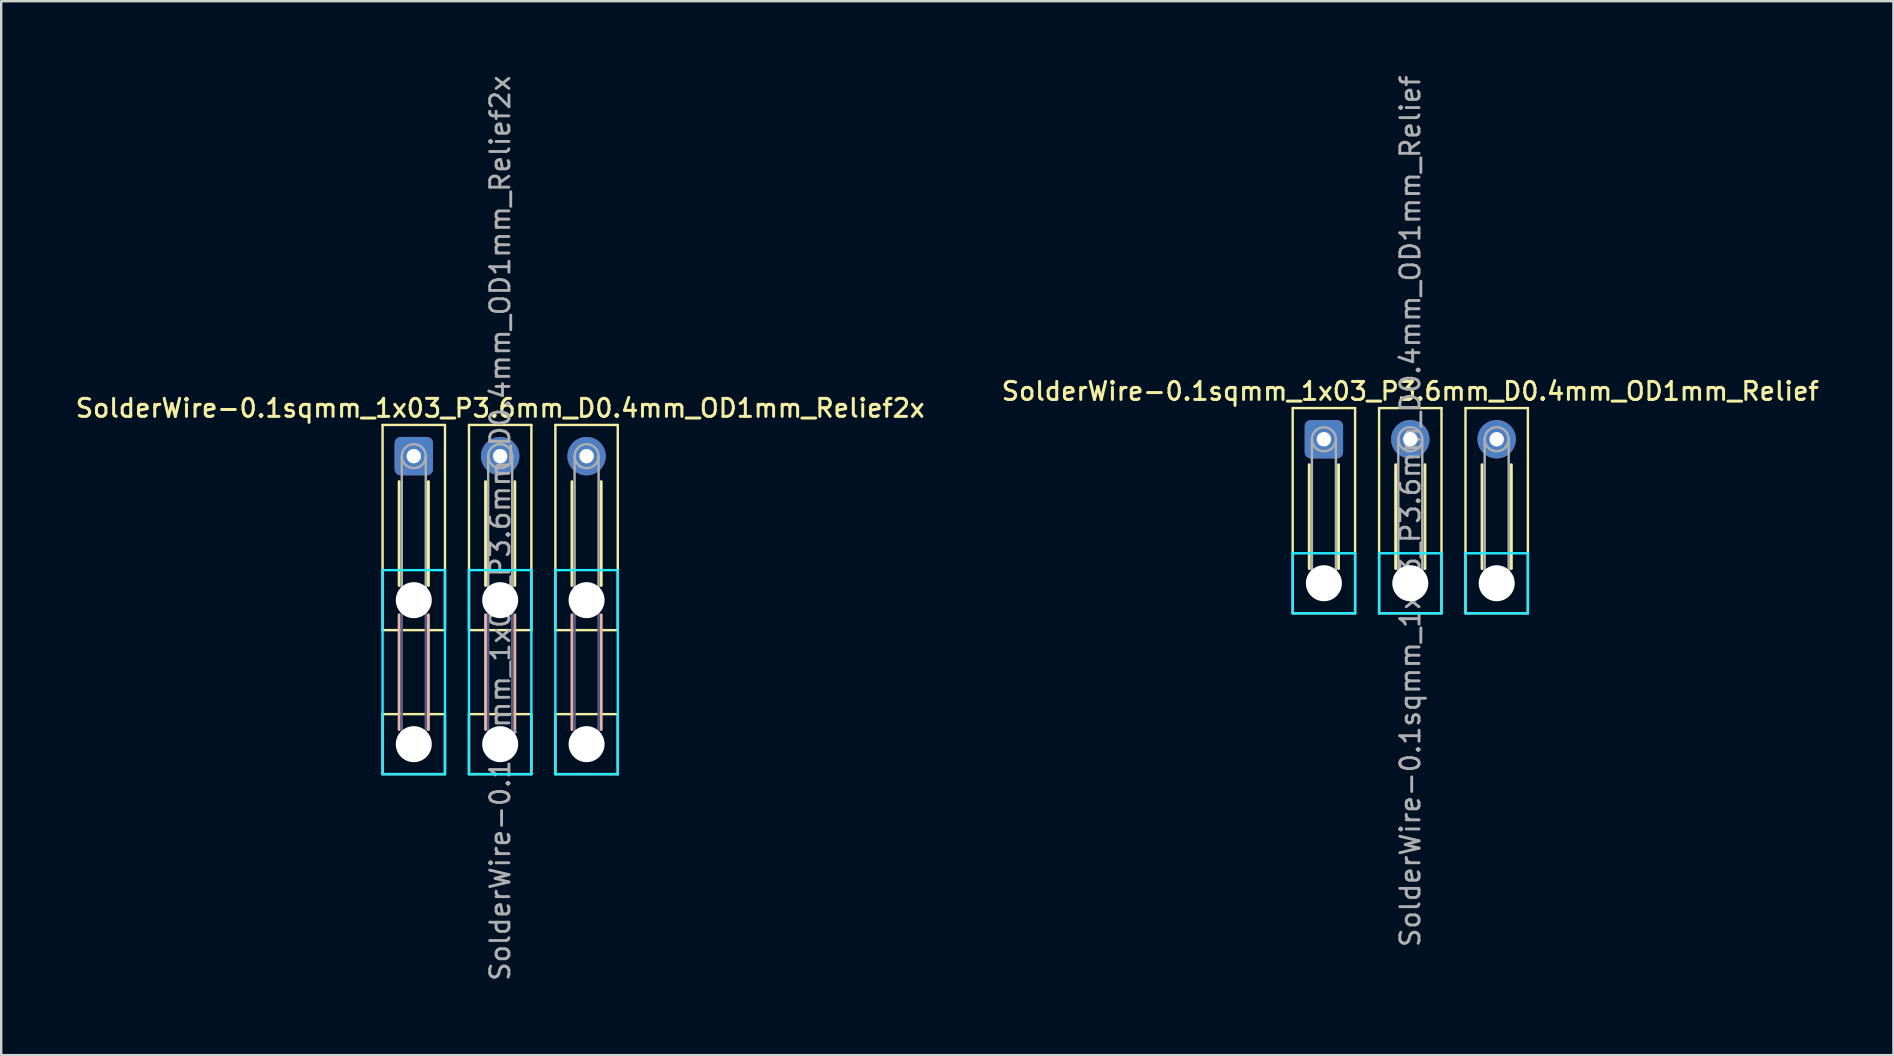
<source format=kicad_pcb>
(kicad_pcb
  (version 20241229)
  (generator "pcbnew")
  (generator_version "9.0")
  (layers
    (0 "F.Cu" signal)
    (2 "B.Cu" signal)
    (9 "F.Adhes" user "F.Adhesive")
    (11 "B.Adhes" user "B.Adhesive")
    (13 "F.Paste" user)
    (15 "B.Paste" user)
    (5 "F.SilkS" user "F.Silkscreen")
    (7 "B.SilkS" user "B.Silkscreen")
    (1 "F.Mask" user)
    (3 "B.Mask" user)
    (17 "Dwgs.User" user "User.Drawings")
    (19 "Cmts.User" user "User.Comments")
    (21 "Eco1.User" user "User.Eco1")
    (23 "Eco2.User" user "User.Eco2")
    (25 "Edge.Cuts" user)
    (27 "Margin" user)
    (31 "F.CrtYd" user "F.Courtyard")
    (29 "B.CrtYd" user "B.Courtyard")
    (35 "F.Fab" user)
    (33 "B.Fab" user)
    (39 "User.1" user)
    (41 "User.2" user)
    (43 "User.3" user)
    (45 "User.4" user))
  (footprint "SolderWire-0.1sqmm_1x03_P3.6mm_D0.4mm_OD1mm_Relief"
    (layer "F.Cu")
    (at 52.113 15.252)
    (property "Reference" "SolderWire-0.1sqmm_1x03_P3.6mm_D0.4mm_OD1mm_Relief" (at 3.6 -2 0) (layer "F.SilkS") (effects (font (size 0.75 0.75) (thickness 0.125))))
    (attr exclude_from_pos_files exclude_from_bom)
    (fp_line (start -1.3 -1.3) (end -1.3 7.25) (stroke (width 0.1) (type solid)) (layer "F.SilkS"))
    (fp_line (start -1.3 7.25) (end 1.3 7.25) (stroke (width 0.1) (type solid)) (layer "F.SilkS"))
    (fp_line (start -0.61 1.06) (end -0.61 5.39) (stroke (width 0.12) (type solid)) (layer "F.SilkS"))
    (fp_line (start 0.61 1.06) (end 0.61 5.39) (stroke (width 0.12) (type solid)) (layer "F.SilkS"))
    (fp_line (start 1.3 -1.3) (end -1.3 -1.3) (stroke (width 0.1) (type solid)) (layer "F.SilkS"))
    (fp_line (start 1.3 7.25) (end 1.3 -1.3) (stroke (width 0.1) (type solid)) (layer "F.SilkS"))
    (fp_line (start 2.3 -1.3) (end 2.3 7.25) (stroke (width 0.1) (type solid)) (layer "F.SilkS"))
    (fp_line (start 2.3 7.25) (end 4.9 7.25) (stroke (width 0.1) (type solid)) (layer "F.SilkS"))
    (fp_line (start 2.99 1.06) (end 2.99 5.39) (stroke (width 0.12) (type solid)) (layer "F.SilkS"))
    (fp_line (start 4.21 1.06) (end 4.21 5.39) (stroke (width 0.12) (type solid)) (layer "F.SilkS"))
    (fp_line (start 4.9 -1.3) (end 2.3 -1.3) (stroke (width 0.1) (type solid)) (layer "F.SilkS"))
    (fp_line (start 4.9 7.25) (end 4.9 -1.3) (stroke (width 0.1) (type solid)) (layer "F.SilkS"))
    (fp_line (start 5.9 -1.3) (end 5.9 7.25) (stroke (width 0.1) (type solid)) (layer "F.SilkS"))
    (fp_line (start 5.9 7.25) (end 8.5 7.25) (stroke (width 0.1) (type solid)) (layer "F.SilkS"))
    (fp_line (start 6.59 1.06) (end 6.59 5.39) (stroke (width 0.12) (type solid)) (layer "F.SilkS"))
    (fp_line (start 7.81 1.06) (end 7.81 5.39) (stroke (width 0.12) (type solid)) (layer "F.SilkS"))
    (fp_line (start 8.5 -1.3) (end 5.9 -1.3) (stroke (width 0.1) (type solid)) (layer "F.SilkS"))
    (fp_line (start 8.5 7.25) (end 8.5 -1.3) (stroke (width 0.1) (type solid)) (layer "F.SilkS"))
    (fp_line (start -1.3 4.75) (end -1.3 7.25) (stroke (width 0.1) (type solid)) (layer "B.CrtYd"))
    (fp_line (start -1.3 7.25) (end 1.3 7.25) (stroke (width 0.1) (type solid)) (layer "B.CrtYd"))
    (fp_line (start 1.3 4.75) (end -1.3 4.75) (stroke (width 0.1) (type solid)) (layer "B.CrtYd"))
    (fp_line (start 1.3 7.25) (end 1.3 4.75) (stroke (width 0.1) (type solid)) (layer "B.CrtYd"))
    (fp_line (start 2.3 4.75) (end 2.3 7.25) (stroke (width 0.1) (type solid)) (layer "B.CrtYd"))
    (fp_line (start 2.3 7.25) (end 4.9 7.25) (stroke (width 0.1) (type solid)) (layer "B.CrtYd"))
    (fp_line (start 4.9 4.75) (end 2.3 4.75) (stroke (width 0.1) (type solid)) (layer "B.CrtYd"))
    (fp_line (start 4.9 7.25) (end 4.9 4.75) (stroke (width 0.1) (type solid)) (layer "B.CrtYd"))
    (fp_line (start 5.9 4.75) (end 5.9 7.25) (stroke (width 0.1) (type solid)) (layer "B.CrtYd"))
    (fp_line (start 5.9 7.25) (end 8.5 7.25) (stroke (width 0.1) (type solid)) (layer "B.CrtYd"))
    (fp_line (start 8.5 4.75) (end 5.9 4.75) (stroke (width 0.1) (type solid)) (layer "B.CrtYd"))
    (fp_line (start 8.5 7.25) (end 8.5 4.75) (stroke (width 0.1) (type solid)) (layer "B.CrtYd"))
    (fp_line (start -0.5 0) (end -0.5 6) (stroke (width 0.1) (type solid)) (layer "F.Fab"))
    (fp_line (start 0.5 0) (end 0.5 6) (stroke (width 0.1) (type solid)) (layer "F.Fab"))
    (fp_line (start 3.1 0) (end 3.1 6) (stroke (width 0.1) (type solid)) (layer "F.Fab"))
    (fp_line (start 4.1 0) (end 4.1 6) (stroke (width 0.1) (type solid)) (layer "F.Fab"))
    (fp_line (start 6.7 0) (end 6.7 6) (stroke (width 0.1) (type solid)) (layer "F.Fab"))
    (fp_line (start 7.7 0) (end 7.7 6) (stroke (width 0.1) (type solid)) (layer "F.Fab"))
    (fp_circle (center 0 0) (end 0.5 0) (stroke (width 0.1) (type solid)) (fill no) (layer "F.Fab"))
    (fp_circle (center 0 6) (end 0.5 6) (stroke (width 0.1) (type solid)) (fill no) (layer "F.Fab"))
    (fp_circle (center 3.6 0) (end 4.1 0) (stroke (width 0.1) (type solid)) (fill no) (layer "F.Fab"))
    (fp_circle (center 3.6 6) (end 4.1 6) (stroke (width 0.1) (type solid)) (fill no) (layer "F.Fab"))
    (fp_circle (center 7.2 0) (end 7.7 0) (stroke (width 0.1) (type solid)) (fill no) (layer "F.Fab"))
    (fp_circle (center 7.2 6) (end 7.7 6) (stroke (width 0.1) (type solid)) (fill no) (layer "F.Fab"))
    (fp_text user "${REFERENCE}" (at 3.6 3 90) (layer "F.Fab") (effects (font (size 0.8 0.8) (thickness 0.12))))
    (pad "" np_thru_hole circle (at 0 6) (size 1.5 1.5) (drill 1.5) (layers "*.Cu" "*.Mask"))
    (pad "" np_thru_hole circle (at 3.6 6) (size 1.5 1.5) (drill 1.5) (layers "*.Cu" "*.Mask"))
    (pad "" np_thru_hole circle (at 7.2 6) (size 1.5 1.5) (drill 1.5) (layers "*.Cu" "*.Mask"))
    (pad "1" thru_hole roundrect (at 0 0) (size 1.6 1.6) (drill 0.6) (layers "*.Cu" "*.Mask") (roundrect_rratio 0.156))
    (pad "2" thru_hole circle (at 3.6 0) (size 1.6 1.6) (drill 0.6) (layers "*.Cu" "*.Mask"))
    (pad "3" thru_hole circle (at 7.2 0) (size 1.6 1.6) (drill 0.6) (layers "*.Cu" "*.Mask")))
  (footprint "SolderWire-0.1sqmm_1x03_P3.6mm_D0.4mm_OD1mm_Relief2x"
    (layer "F.Cu")
    (at 14.191 15.957)
    (property "Reference" "SolderWire-0.1sqmm_1x03_P3.6mm_D0.4mm_OD1mm_Relief2x" (at 3.6 -2 0) (layer "F.SilkS") (effects (font (size 0.75 0.75) (thickness 0.125))))
    (attr exclude_from_pos_files exclude_from_bom)
    (fp_line (start -1.3 -1.3) (end -1.3 7.25) (stroke (width 0.1) (type solid)) (layer "F.SilkS"))
    (fp_line (start -1.3 7.25) (end 1.3 7.25) (stroke (width 0.1) (type solid)) (layer "F.SilkS"))
    (fp_line (start -1.3 10.75) (end -1.3 13.25) (stroke (width 0.1) (type solid)) (layer "F.SilkS"))
    (fp_line (start -1.3 13.25) (end 1.3 13.25) (stroke (width 0.1) (type solid)) (layer "F.SilkS"))
    (fp_line (start -0.61 1.06) (end -0.61 5.39) (stroke (width 0.12) (type solid)) (layer "F.SilkS"))
    (fp_line (start 0.61 1.06) (end 0.61 5.39) (stroke (width 0.12) (type solid)) (layer "F.SilkS"))
    (fp_line (start 1.3 -1.3) (end -1.3 -1.3) (stroke (width 0.1) (type solid)) (layer "F.SilkS"))
    (fp_line (start 1.3 7.25) (end 1.3 -1.3) (stroke (width 0.1) (type solid)) (layer "F.SilkS"))
    (fp_line (start 1.3 10.75) (end -1.3 10.75) (stroke (width 0.1) (type solid)) (layer "F.SilkS"))
    (fp_line (start 1.3 13.25) (end 1.3 10.75) (stroke (width 0.1) (type solid)) (layer "F.SilkS"))
    (fp_line (start 2.3 -1.3) (end 2.3 7.25) (stroke (width 0.1) (type solid)) (layer "F.SilkS"))
    (fp_line (start 2.3 7.25) (end 4.9 7.25) (stroke (width 0.1) (type solid)) (layer "F.SilkS"))
    (fp_line (start 2.3 10.75) (end 2.3 13.25) (stroke (width 0.1) (type solid)) (layer "F.SilkS"))
    (fp_line (start 2.3 13.25) (end 4.9 13.25) (stroke (width 0.1) (type solid)) (layer "F.SilkS"))
    (fp_line (start 2.99 1.06) (end 2.99 5.39) (stroke (width 0.12) (type solid)) (layer "F.SilkS"))
    (fp_line (start 4.21 1.06) (end 4.21 5.39) (stroke (width 0.12) (type solid)) (layer "F.SilkS"))
    (fp_line (start 4.9 -1.3) (end 2.3 -1.3) (stroke (width 0.1) (type solid)) (layer "F.SilkS"))
    (fp_line (start 4.9 7.25) (end 4.9 -1.3) (stroke (width 0.1) (type solid)) (layer "F.SilkS"))
    (fp_line (start 4.9 10.75) (end 2.3 10.75) (stroke (width 0.1) (type solid)) (layer "F.SilkS"))
    (fp_line (start 4.9 13.25) (end 4.9 10.75) (stroke (width 0.1) (type solid)) (layer "F.SilkS"))
    (fp_line (start 5.9 -1.3) (end 5.9 7.25) (stroke (width 0.1) (type solid)) (layer "F.SilkS"))
    (fp_line (start 5.9 7.25) (end 8.5 7.25) (stroke (width 0.1) (type solid)) (layer "F.SilkS"))
    (fp_line (start 5.9 10.75) (end 5.9 13.25) (stroke (width 0.1) (type solid)) (layer "F.SilkS"))
    (fp_line (start 5.9 13.25) (end 8.5 13.25) (stroke (width 0.1) (type solid)) (layer "F.SilkS"))
    (fp_line (start 6.59 1.06) (end 6.59 5.39) (stroke (width 0.12) (type solid)) (layer "F.SilkS"))
    (fp_line (start 7.81 1.06) (end 7.81 5.39) (stroke (width 0.12) (type solid)) (layer "F.SilkS"))
    (fp_line (start 8.5 -1.3) (end 5.9 -1.3) (stroke (width 0.1) (type solid)) (layer "F.SilkS"))
    (fp_line (start 8.5 7.25) (end 8.5 -1.3) (stroke (width 0.1) (type solid)) (layer "F.SilkS"))
    (fp_line (start 8.5 10.75) (end 5.9 10.75) (stroke (width 0.1) (type solid)) (layer "F.SilkS"))
    (fp_line (start 8.5 13.25) (end 8.5 10.75) (stroke (width 0.1) (type solid)) (layer "F.SilkS"))
    (fp_line (start -0.61 6.61) (end -0.61 11.39) (stroke (width 0.12) (type solid)) (layer "B.SilkS"))
    (fp_line (start 0.61 6.61) (end 0.61 11.39) (stroke (width 0.12) (type solid)) (layer "B.SilkS"))
    (fp_line (start 2.99 6.61) (end 2.99 11.39) (stroke (width 0.12) (type solid)) (layer "B.SilkS"))
    (fp_line (start 4.21 6.61) (end 4.21 11.39) (stroke (width 0.12) (type solid)) (layer "B.SilkS"))
    (fp_line (start 6.59 6.61) (end 6.59 11.39) (stroke (width 0.12) (type solid)) (layer "B.SilkS"))
    (fp_line (start 7.81 6.61) (end 7.81 11.39) (stroke (width 0.12) (type solid)) (layer "B.SilkS"))
    (fp_line (start -1.3 4.75) (end -1.3 13.25) (stroke (width 0.1) (type solid)) (layer "B.CrtYd"))
    (fp_line (start -1.3 13.25) (end 1.3 13.25) (stroke (width 0.1) (type solid)) (layer "B.CrtYd"))
    (fp_line (start 1.3 4.75) (end -1.3 4.75) (stroke (width 0.1) (type solid)) (layer "B.CrtYd"))
    (fp_line (start 1.3 13.25) (end 1.3 4.75) (stroke (width 0.1) (type solid)) (layer "B.CrtYd"))
    (fp_line (start 2.3 4.75) (end 2.3 13.25) (stroke (width 0.1) (type solid)) (layer "B.CrtYd"))
    (fp_line (start 2.3 13.25) (end 4.9 13.25) (stroke (width 0.1) (type solid)) (layer "B.CrtYd"))
    (fp_line (start 4.9 4.75) (end 2.3 4.75) (stroke (width 0.1) (type solid)) (layer "B.CrtYd"))
    (fp_line (start 4.9 13.25) (end 4.9 4.75) (stroke (width 0.1) (type solid)) (layer "B.CrtYd"))
    (fp_line (start 5.9 4.75) (end 5.9 13.25) (stroke (width 0.1) (type solid)) (layer "B.CrtYd"))
    (fp_line (start 5.9 13.25) (end 8.5 13.25) (stroke (width 0.1) (type solid)) (layer "B.CrtYd"))
    (fp_line (start 8.5 4.75) (end 5.9 4.75) (stroke (width 0.1) (type solid)) (layer "B.CrtYd"))
    (fp_line (start 8.5 13.25) (end 8.5 4.75) (stroke (width 0.1) (type solid)) (layer "B.CrtYd"))
    (fp_line (start -0.5 6) (end -0.5 12) (stroke (width 0.1) (type solid)) (layer "B.Fab"))
    (fp_line (start 0.5 6) (end 0.5 12) (stroke (width 0.1) (type solid)) (layer "B.Fab"))
    (fp_line (start 3.1 6) (end 3.1 12) (stroke (width 0.1) (type solid)) (layer "B.Fab"))
    (fp_line (start 4.1 6) (end 4.1 12) (stroke (width 0.1) (type solid)) (layer "B.Fab"))
    (fp_line (start 6.7 6) (end 6.7 12) (stroke (width 0.1) (type solid)) (layer "B.Fab"))
    (fp_line (start 7.7 6) (end 7.7 12) (stroke (width 0.1) (type solid)) (layer "B.Fab"))
    (fp_circle (center 0 6) (end 0.5 6) (stroke (width 0.1) (type solid)) (fill no) (layer "B.Fab"))
    (fp_circle (center 0 12) (end 0.5 12) (stroke (width 0.1) (type solid)) (fill no) (layer "B.Fab"))
    (fp_circle (center 3.6 6) (end 4.1 6) (stroke (width 0.1) (type solid)) (fill no) (layer "B.Fab"))
    (fp_circle (center 3.6 12) (end 4.1 12) (stroke (width 0.1) (type solid)) (fill no) (layer "B.Fab"))
    (fp_circle (center 7.2 6) (end 7.7 6) (stroke (width 0.1) (type solid)) (fill no) (layer "B.Fab"))
    (fp_circle (center 7.2 12) (end 7.7 12) (stroke (width 0.1) (type solid)) (fill no) (layer "B.Fab"))
    (fp_line (start -0.5 0) (end -0.5 6) (stroke (width 0.1) (type solid)) (layer "F.Fab"))
    (fp_line (start 0.5 0) (end 0.5 6) (stroke (width 0.1) (type solid)) (layer "F.Fab"))
    (fp_line (start 3.1 0) (end 3.1 6) (stroke (width 0.1) (type solid)) (layer "F.Fab"))
    (fp_line (start 4.1 0) (end 4.1 6) (stroke (width 0.1) (type solid)) (layer "F.Fab"))
    (fp_line (start 6.7 0) (end 6.7 6) (stroke (width 0.1) (type solid)) (layer "F.Fab"))
    (fp_line (start 7.7 0) (end 7.7 6) (stroke (width 0.1) (type solid)) (layer "F.Fab"))
    (fp_circle (center 0 0) (end 0.5 0) (stroke (width 0.1) (type solid)) (fill no) (layer "F.Fab"))
    (fp_circle (center 0 6) (end 0.5 6) (stroke (width 0.1) (type solid)) (fill no) (layer "F.Fab"))
    (fp_circle (center 0 12) (end 0.5 12) (stroke (width 0.1) (type solid)) (fill no) (layer "F.Fab"))
    (fp_circle (center 3.6 0) (end 4.1 0) (stroke (width 0.1) (type solid)) (fill no) (layer "F.Fab"))
    (fp_circle (center 3.6 6) (end 4.1 6) (stroke (width 0.1) (type solid)) (fill no) (layer "F.Fab"))
    (fp_circle (center 3.6 12) (end 4.1 12) (stroke (width 0.1) (type solid)) (fill no) (layer "F.Fab"))
    (fp_circle (center 7.2 0) (end 7.7 0) (stroke (width 0.1) (type solid)) (fill no) (layer "F.Fab"))
    (fp_circle (center 7.2 6) (end 7.7 6) (stroke (width 0.1) (type solid)) (fill no) (layer "F.Fab"))
    (fp_circle (center 7.2 12) (end 7.7 12) (stroke (width 0.1) (type solid)) (fill no) (layer "F.Fab"))
    (fp_text user "${REFERENCE}" (at 3.6 3 90) (layer "F.Fab") (effects (font (size 0.8 0.8) (thickness 0.12))))
    (pad "" np_thru_hole circle (at 0 6) (size 1.5 1.5) (drill 1.5) (layers "*.Cu" "*.Mask"))
    (pad "" np_thru_hole circle (at 0 12) (size 1.5 1.5) (drill 1.5) (layers "*.Cu" "*.Mask"))
    (pad "" np_thru_hole circle (at 3.6 6) (size 1.5 1.5) (drill 1.5) (layers "*.Cu" "*.Mask"))
    (pad "" np_thru_hole circle (at 3.6 12) (size 1.5 1.5) (drill 1.5) (layers "*.Cu" "*.Mask"))
    (pad "" np_thru_hole circle (at 7.2 6) (size 1.5 1.5) (drill 1.5) (layers "*.Cu" "*.Mask"))
    (pad "" np_thru_hole circle (at 7.2 12) (size 1.5 1.5) (drill 1.5) (layers "*.Cu" "*.Mask"))
    (pad "1" thru_hole roundrect (at 0 0) (size 1.6 1.6) (drill 0.6) (layers "*.Cu" "*.Mask") (roundrect_rratio 0.156))
    (pad "2" thru_hole circle (at 3.6 0) (size 1.6 1.6) (drill 0.6) (layers "*.Cu" "*.Mask"))
    (pad "3" thru_hole circle (at 7.2 0) (size 1.6 1.6) (drill 0.6) (layers "*.Cu" "*.Mask")))
  (gr_rect
    (start -3 -3)
    (end 75.843 40.914)
    (stroke (width 0.1) (type default))
    (fill no)
    (layer "Edge.Cuts")))
</source>
